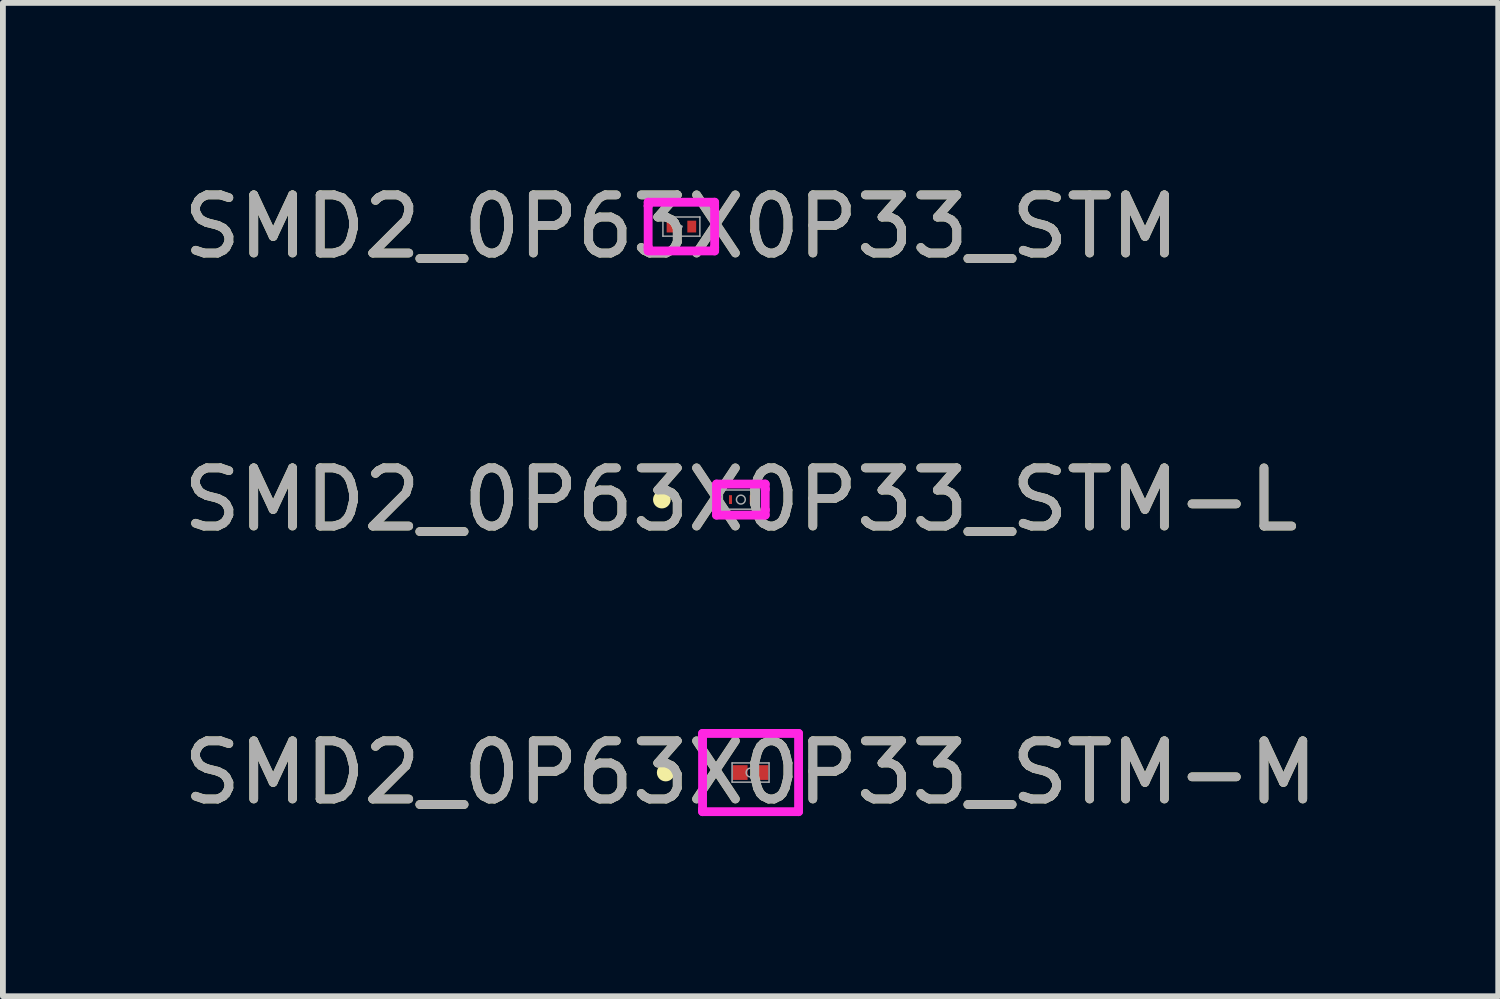
<source format=kicad_pcb>
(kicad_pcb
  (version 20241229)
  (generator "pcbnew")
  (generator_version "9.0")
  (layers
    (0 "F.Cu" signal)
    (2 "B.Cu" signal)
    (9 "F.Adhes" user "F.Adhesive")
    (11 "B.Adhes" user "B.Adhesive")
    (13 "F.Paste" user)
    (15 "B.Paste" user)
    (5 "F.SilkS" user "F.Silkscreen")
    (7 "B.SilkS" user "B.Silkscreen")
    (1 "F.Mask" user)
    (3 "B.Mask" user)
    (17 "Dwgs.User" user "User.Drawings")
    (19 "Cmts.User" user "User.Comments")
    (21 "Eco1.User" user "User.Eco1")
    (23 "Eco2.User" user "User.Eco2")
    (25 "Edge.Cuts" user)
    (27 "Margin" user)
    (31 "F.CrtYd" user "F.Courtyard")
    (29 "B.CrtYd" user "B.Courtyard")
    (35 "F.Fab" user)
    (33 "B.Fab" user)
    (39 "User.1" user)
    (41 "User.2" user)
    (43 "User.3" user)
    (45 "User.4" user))
  (footprint "SMD2_0P63X0P33_STM-M"
    (layer "F.Cu")
    (at 9.863 10.241)
    (property "Reference" "SMD2_0P63X0P33_STM-M" (at 0 0 0) (unlocked yes) (layer "F.SilkS") (effects (font (size 1 1) (thickness 0.15))))
    (attr smd)
    (fp_circle (center -1.46 0) (end -1.384 0) (stroke (width 0.152) (type solid)) (fill no) (layer "F.SilkS"))
    (fp_line (start -0.826 -0.673) (end 0.826 -0.673) (stroke (width 0.152) (type solid)) (layer "F.CrtYd"))
    (fp_line (start -0.826 -0.635) (end -0.826 -0.673) (stroke (width 0.152) (type solid)) (layer "F.CrtYd"))
    (fp_line (start -0.826 -0.635) (end -0.826 -0.635) (stroke (width 0.152) (type solid)) (layer "F.CrtYd"))
    (fp_line (start -0.826 0.635) (end -0.826 -0.635) (stroke (width 0.152) (type solid)) (layer "F.CrtYd"))
    (fp_line (start -0.826 0.635) (end -0.826 0.635) (stroke (width 0.152) (type solid)) (layer "F.CrtYd"))
    (fp_line (start -0.826 0.673) (end -0.826 0.635) (stroke (width 0.152) (type solid)) (layer "F.CrtYd"))
    (fp_line (start 0.826 -0.673) (end 0.826 -0.635) (stroke (width 0.152) (type solid)) (layer "F.CrtYd"))
    (fp_line (start 0.826 -0.635) (end 0.826 -0.635) (stroke (width 0.152) (type solid)) (layer "F.CrtYd"))
    (fp_line (start 0.826 -0.635) (end 0.826 0.635) (stroke (width 0.152) (type solid)) (layer "F.CrtYd"))
    (fp_line (start 0.826 0.635) (end 0.826 0.635) (stroke (width 0.152) (type solid)) (layer "F.CrtYd"))
    (fp_line (start 0.826 0.635) (end 0.826 0.673) (stroke (width 0.152) (type solid)) (layer "F.CrtYd"))
    (fp_line (start 0.826 0.673) (end -0.826 0.673) (stroke (width 0.152) (type solid)) (layer "F.CrtYd"))
    (fp_line (start -0.318 -0.165) (end -0.318 0.165) (stroke (width 0.025) (type solid)) (layer "F.Fab"))
    (fp_line (start -0.318 0.165) (end 0.318 0.165) (stroke (width 0.025) (type solid)) (layer "F.Fab"))
    (fp_line (start 0.318 -0.165) (end -0.318 -0.165) (stroke (width 0.025) (type solid)) (layer "F.Fab"))
    (fp_line (start 0.318 0.165) (end 0.318 -0.165) (stroke (width 0.025) (type solid)) (layer "F.Fab"))
    (fp_circle (center 0 0) (end 0.076 0) (stroke (width 0.025) (type solid)) (fill no) (layer "F.Fab"))
    (fp_text user "${REFERENCE}" (at 0 0 0) (unlocked yes) (layer "F.Fab") (effects (font (size 1 1) (thickness 0.15))))
    (pad "1" smd rect (at -0.178 0) (size 0.254 0.254) (layers "F.Cu" "F.Mask" "F.Paste"))
    (pad "2" smd rect (at 0.178 0) (size 0.254 0.254) (layers "F.Cu" "F.Mask" "F.Paste")))
  (footprint "SMD2_0P63X0P33_STM"
    (layer "F.Cu")
    (at 8.673 0.848)
    (property "Reference" "SMD2_0P63X0P33_STM" (at 0 0 0) (unlocked yes) (layer "F.SilkS") (effects (font (size 1 1) (thickness 0.15))))
    (attr smd)
    (fp_line (start -0.572 -0.419) (end 0.572 -0.419) (stroke (width 0.152) (type solid)) (layer "F.CrtYd"))
    (fp_line (start -0.572 -0.356) (end -0.572 -0.419) (stroke (width 0.152) (type solid)) (layer "F.CrtYd"))
    (fp_line (start -0.572 -0.356) (end -0.572 -0.356) (stroke (width 0.152) (type solid)) (layer "F.CrtYd"))
    (fp_line (start -0.572 0.356) (end -0.572 -0.356) (stroke (width 0.152) (type solid)) (layer "F.CrtYd"))
    (fp_line (start -0.572 0.356) (end -0.572 0.356) (stroke (width 0.152) (type solid)) (layer "F.CrtYd"))
    (fp_line (start -0.572 0.419) (end -0.572 0.356) (stroke (width 0.152) (type solid)) (layer "F.CrtYd"))
    (fp_line (start 0.572 -0.419) (end 0.572 -0.356) (stroke (width 0.152) (type solid)) (layer "F.CrtYd"))
    (fp_line (start 0.572 -0.356) (end 0.572 -0.356) (stroke (width 0.152) (type solid)) (layer "F.CrtYd"))
    (fp_line (start 0.572 -0.356) (end 0.572 0.356) (stroke (width 0.152) (type solid)) (layer "F.CrtYd"))
    (fp_line (start 0.572 0.356) (end 0.572 0.356) (stroke (width 0.152) (type solid)) (layer "F.CrtYd"))
    (fp_line (start 0.572 0.356) (end 0.572 0.419) (stroke (width 0.152) (type solid)) (layer "F.CrtYd"))
    (fp_line (start 0.572 0.419) (end -0.572 0.419) (stroke (width 0.152) (type solid)) (layer "F.CrtYd"))
    (fp_line (start -0.318 -0.165) (end -0.318 0.165) (stroke (width 0.025) (type solid)) (layer "F.Fab"))
    (fp_line (start -0.318 0.165) (end 0.318 0.165) (stroke (width 0.025) (type solid)) (layer "F.Fab"))
    (fp_line (start 0.318 -0.165) (end -0.318 -0.165) (stroke (width 0.025) (type solid)) (layer "F.Fab"))
    (fp_line (start 0.318 0.165) (end 0.318 -0.165) (stroke (width 0.025) (type solid)) (layer "F.Fab"))
    (fp_circle (center 0 0) (end 0 0) (stroke (width 0.025) (type solid)) (fill no) (layer "F.Fab"))
    (fp_text user "${REFERENCE}" (at 0 0 0) (unlocked yes) (layer "F.Fab") (effects (font (size 1 1) (thickness 0.15))))
    (pad "1" smd rect (at -0.178 0) (size 0.152 0.203) (layers "F.Cu" "F.Mask" "F.Paste"))
    (pad "2" smd rect (at 0.178 0) (size 0.152 0.203) (layers "F.Cu" "F.Mask" "F.Paste")))
  (footprint "SMD2_0P63X0P33_STM-L"
    (layer "F.Cu")
    (at 9.696 5.545)
    (property "Reference" "SMD2_0P63X0P33_STM-L" (at 0 0 0) (unlocked yes) (layer "F.SilkS") (effects (font (size 1 1) (thickness 0.15))))
    (attr smd)
    (fp_circle (center -1.359 0) (end -1.283 0) (stroke (width 0.152) (type solid)) (fill no) (layer "F.SilkS"))
    (fp_line (start -0.419 -0.267) (end 0.419 -0.267) (stroke (width 0.152) (type solid)) (layer "F.CrtYd"))
    (fp_line (start -0.419 -0.178) (end -0.419 -0.267) (stroke (width 0.152) (type solid)) (layer "F.CrtYd"))
    (fp_line (start -0.419 -0.178) (end -0.419 -0.178) (stroke (width 0.152) (type solid)) (layer "F.CrtYd"))
    (fp_line (start -0.419 0.178) (end -0.419 -0.178) (stroke (width 0.152) (type solid)) (layer "F.CrtYd"))
    (fp_line (start -0.419 0.178) (end -0.419 0.178) (stroke (width 0.152) (type solid)) (layer "F.CrtYd"))
    (fp_line (start -0.419 0.267) (end -0.419 0.178) (stroke (width 0.152) (type solid)) (layer "F.CrtYd"))
    (fp_line (start 0.419 -0.267) (end 0.419 -0.178) (stroke (width 0.152) (type solid)) (layer "F.CrtYd"))
    (fp_line (start 0.419 -0.178) (end 0.419 -0.178) (stroke (width 0.152) (type solid)) (layer "F.CrtYd"))
    (fp_line (start 0.419 -0.178) (end 0.419 0.178) (stroke (width 0.152) (type solid)) (layer "F.CrtYd"))
    (fp_line (start 0.419 0.178) (end 0.419 0.178) (stroke (width 0.152) (type solid)) (layer "F.CrtYd"))
    (fp_line (start 0.419 0.178) (end 0.419 0.267) (stroke (width 0.152) (type solid)) (layer "F.CrtYd"))
    (fp_line (start 0.419 0.267) (end -0.419 0.267) (stroke (width 0.152) (type solid)) (layer "F.CrtYd"))
    (fp_line (start -0.318 -0.165) (end -0.318 0.165) (stroke (width 0.025) (type solid)) (layer "F.Fab"))
    (fp_line (start -0.318 0.165) (end 0.318 0.165) (stroke (width 0.025) (type solid)) (layer "F.Fab"))
    (fp_line (start 0.318 -0.165) (end -0.318 -0.165) (stroke (width 0.025) (type solid)) (layer "F.Fab"))
    (fp_line (start 0.318 0.165) (end 0.318 -0.165) (stroke (width 0.025) (type solid)) (layer "F.Fab"))
    (fp_circle (center 0 0) (end 0.076 0) (stroke (width 0.025) (type solid)) (fill no) (layer "F.Fab"))
    (fp_text user "${REFERENCE}" (at 0 0 0) (unlocked yes) (layer "F.Fab") (effects (font (size 1 1) (thickness 0.15))))
    (pad "1" smd rect (at -0.178 0) (size 0.051 0.152) (layers "F.Cu" "F.Mask" "F.Paste"))
    (pad "2" smd rect (at 0.178 0) (size 0.051 0.152) (layers "F.Cu" "F.Mask" "F.Paste")))
  (gr_rect
    (start -3 -3)
    (end 22.726 14.089)
    (stroke (width 0.1) (type default))
    (fill no)
    (layer "Edge.Cuts")))
</source>
